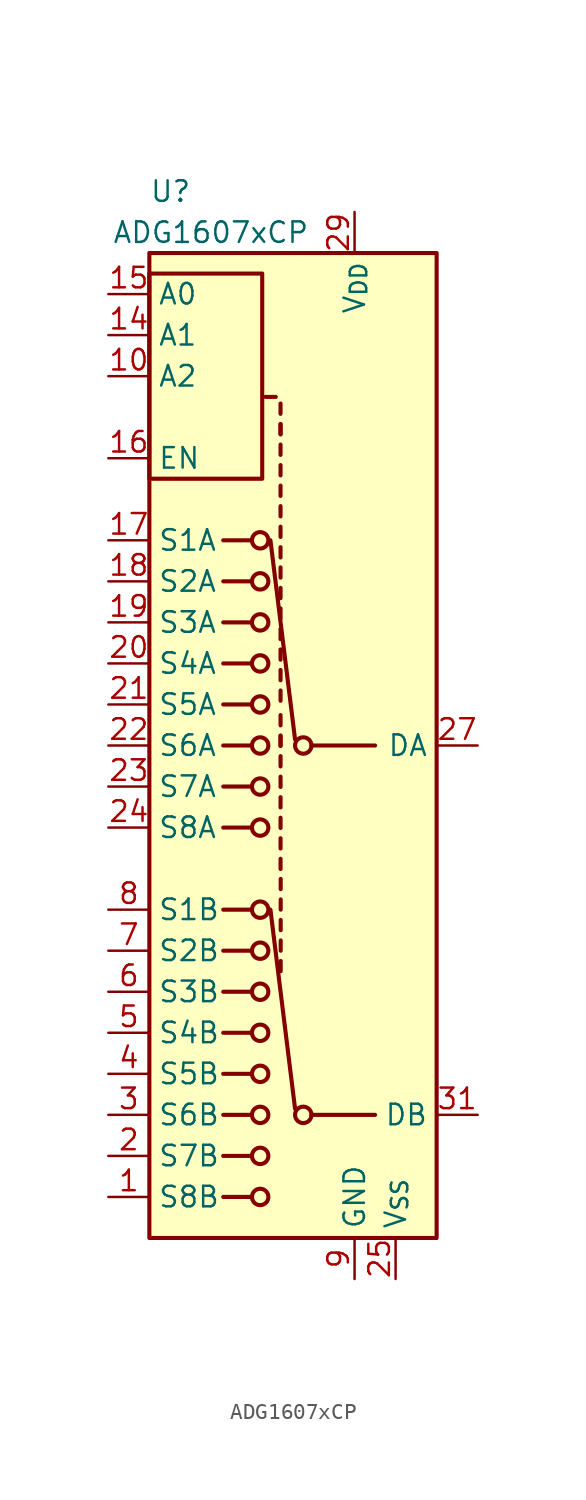
<source format=kicad_sym>
(kicad_symbol_lib
  (version 20241209)
  (generator "kicad_symbol_editor")
  (generator_version "9.0")
  (symbol "ADG1607xCP"
    (property "Reference" "U"
      (at -7.62 34.29 0)
      (effects (font (size 1.27 1.27)) (justify left)))
    (property "Value" "ADG1607xCP"
      (at -3.81 31.75 0)
      (effects (font (size 1.27 1.27))))
    (symbol "ADG1607xCP_0_0"
      (pin power_in line (at 5.08 -33.02 90) (length 2.54) (name "GND" (effects (font (size 1.27 1.27)))) (number "9" (effects (font (size 1.27 1.27))))))
    (symbol "ADG1607xCP_0_1"
      (rectangle (start -7.62 30.48) (end 10.16 -30.48) (stroke (width 0.254) (type default)) (fill (type background)))
      (rectangle (start -7.62 29.21) (end -0.635 16.51) (stroke (width 0.254) (type default)) (fill (type none)))
      (polyline (pts (xy -1.27 12.7) (xy -3.048 12.7)) (stroke (width 0.254) (type default)) (fill (type none)))
      (polyline (pts (xy -1.27 10.16) (xy -3.048 10.16)) (stroke (width 0.254) (type default)) (fill (type none)))
      (polyline (pts (xy -1.27 7.62) (xy -3.048 7.62)) (stroke (width 0.254) (type default)) (fill (type none)))
      (polyline (pts (xy -1.27 5.08) (xy -3.048 5.08)) (stroke (width 0.254) (type default)) (fill (type none)))
      (polyline (pts (xy -1.27 2.54) (xy -3.048 2.54)) (stroke (width 0.254) (type default)) (fill (type none)))
      (polyline (pts (xy -1.27 0) (xy -3.048 0)) (stroke (width 0.254) (type default)) (fill (type none)))
      (polyline (pts (xy -1.27 -2.54) (xy -3.048 -2.54)) (stroke (width 0.254) (type default)) (fill (type none)))
      (polyline (pts (xy -1.27 -5.08) (xy -3.048 -5.08)) (stroke (width 0.254) (type default)) (fill (type none)))
      (polyline (pts (xy -1.27 -10.16) (xy -3.048 -10.16)) (stroke (width 0.254) (type default)) (fill (type none)))
      (polyline (pts (xy -1.27 -12.7) (xy -3.048 -12.7)) (stroke (width 0.254) (type default)) (fill (type none)))
      (polyline (pts (xy -1.27 -15.24) (xy -3.048 -15.24)) (stroke (width 0.254) (type default)) (fill (type none)))
      (polyline (pts (xy -1.27 -17.78) (xy -3.048 -17.78)) (stroke (width 0.254) (type default)) (fill (type none)))
      (polyline (pts (xy -1.27 -20.32) (xy -3.048 -20.32)) (stroke (width 0.254) (type default)) (fill (type none)))
      (polyline (pts (xy -1.27 -22.86) (xy -3.048 -22.86)) (stroke (width 0.254) (type default)) (fill (type none)))
      (polyline (pts (xy -1.27 -25.4) (xy -3.048 -25.4)) (stroke (width 0.254) (type default)) (fill (type none)))
      (polyline (pts (xy -1.27 -27.94) (xy -3.048 -27.94)) (stroke (width 0.254) (type default)) (fill (type none)))
      (circle (center -0.762 12.7) (radius 0.508) (stroke (width 0.254) (type default)) (fill (type none)))
      (circle (center -0.762 10.16) (radius 0.508) (stroke (width 0.254) (type default)) (fill (type none)))
      (circle (center -0.762 7.62) (radius 0.508) (stroke (width 0.254) (type default)) (fill (type none)))
      (circle (center -0.762 5.08) (radius 0.508) (stroke (width 0.254) (type default)) (fill (type none)))
      (circle (center -0.762 2.54) (radius 0.508) (stroke (width 0.254) (type default)) (fill (type none)))
      (circle (center -0.762 0) (radius 0.508) (stroke (width 0.254) (type default)) (fill (type none)))
      (circle (center -0.762 -2.54) (radius 0.508) (stroke (width 0.254) (type default)) (fill (type none)))
      (circle (center -0.762 -5.08) (radius 0.508) (stroke (width 0.254) (type default)) (fill (type none)))
      (circle (center -0.762 -10.16) (radius 0.508) (stroke (width 0.254) (type default)) (fill (type none)))
      (circle (center -0.762 -12.7) (radius 0.508) (stroke (width 0.254) (type default)) (fill (type none)))
      (circle (center -0.762 -15.24) (radius 0.508) (stroke (width 0.254) (type default)) (fill (type none)))
      (circle (center -0.762 -17.78) (radius 0.508) (stroke (width 0.254) (type default)) (fill (type none)))
      (circle (center -0.762 -20.32) (radius 0.508) (stroke (width 0.254) (type default)) (fill (type none)))
      (circle (center -0.762 -22.86) (radius 0.508) (stroke (width 0.254) (type default)) (fill (type none)))
      (circle (center -0.762 -25.4) (radius 0.508) (stroke (width 0.254) (type default)) (fill (type none)))
      (circle (center -0.762 -27.94) (radius 0.508) (stroke (width 0.254) (type default)) (fill (type none)))
      (polyline (pts (xy -0.127 12.7) (xy 1.397 0.381)) (stroke (width 0.254) (type default)) (fill (type none)))
      (polyline (pts (xy -0.127 -10.16) (xy 1.397 -22.479)) (stroke (width 0.254) (type default)) (fill (type none)))
      (polyline (pts (xy 0.202 21.576) (xy -0.433 21.576)) (stroke (width 0.254) (type default)) (fill (type none)))
      (polyline (pts (xy 0.498 20.529) (xy 0.498 21.165)) (stroke (width 0.254) (type default)) (fill (type none)))
      (polyline (pts (xy 0.498 19.259) (xy 0.498 19.895)) (stroke (width 0.254) (type default)) (fill (type none)))
      (polyline (pts (xy 0.498 19.259) (xy 0.498 19.895)) (stroke (width 0.254) (type default)) (fill (type none)))
      (polyline (pts (xy 0.498 17.989) (xy 0.498 18.625)) (stroke (width 0.254) (type default)) (fill (type none)))
      (polyline (pts (xy 0.498 16.72) (xy 0.498 17.355)) (stroke (width 0.254) (type default)) (fill (type none)))
      (polyline (pts (xy 0.498 15.45) (xy 0.498 16.084)) (stroke (width 0.254) (type default)) (fill (type none)))
      (polyline (pts (xy 0.498 14.18) (xy 0.498 14.815)) (stroke (width 0.254) (type default)) (fill (type none)))
      (polyline (pts (xy 0.498 12.909) (xy 0.498 13.544)) (stroke (width 0.254) (type default)) (fill (type none)))
      (polyline (pts (xy 0.498 11.639) (xy 0.498 12.274)) (stroke (width 0.254) (type default)) (fill (type none)))
      (polyline (pts (xy 0.499 10.39) (xy 0.499 11.025)) (stroke (width 0.254) (type default)) (fill (type none)))
      (polyline (pts (xy 0.499 9.12) (xy 0.499 9.755)) (stroke (width 0.254) (type default)) (fill (type none)))
      (polyline (pts (xy 0.499 7.85) (xy 0.499 8.485)) (stroke (width 0.254) (type default)) (fill (type none)))
      (polyline (pts (xy 0.499 6.58) (xy 0.499 7.215)) (stroke (width 0.254) (type default)) (fill (type none)))
      (polyline (pts (xy 0.499 5.31) (xy 0.499 5.945)) (stroke (width 0.254) (type default)) (fill (type none)))
      (polyline (pts (xy 0.499 4.04) (xy 0.499 4.675)) (stroke (width 0.254) (type default)) (fill (type none)))
      (polyline (pts (xy 0.499 2.77) (xy 0.499 3.405)) (stroke (width 0.254) (type default)) (fill (type none)))
      (polyline (pts (xy 0.499 1.246) (xy 0.499 1.881)) (stroke (width 0.254) (type default)) (fill (type none)))
      (polyline (pts (xy 0.499 -0.024) (xy 0.499 0.611)) (stroke (width 0.254) (type default)) (fill (type none)))
      (polyline (pts (xy 0.499 -0.024) (xy 0.499 0.611)) (stroke (width 0.254) (type default)) (fill (type none)))
      (polyline (pts (xy 0.499 -1.294) (xy 0.499 -0.659)) (stroke (width 0.254) (type default)) (fill (type none)))
      (polyline (pts (xy 0.499 -2.564) (xy 0.499 -1.929)) (stroke (width 0.254) (type default)) (fill (type none)))
      (polyline (pts (xy 0.499 -3.834) (xy 0.499 -3.199)) (stroke (width 0.254) (type default)) (fill (type none)))
      (polyline (pts (xy 0.499 -5.104) (xy 0.499 -4.469)) (stroke (width 0.254) (type default)) (fill (type none)))
      (polyline (pts (xy 0.499 -6.374) (xy 0.499 -5.739)) (stroke (width 0.254) (type default)) (fill (type none)))
      (polyline (pts (xy 0.499 -7.644) (xy 0.499 -7.009)) (stroke (width 0.254) (type default)) (fill (type none)))
      (polyline (pts (xy 0.508 -8.89) (xy 0.508 -8.255)) (stroke (width 0.254) (type default)) (fill (type none)))
      (polyline (pts (xy 0.508 -10.16) (xy 0.508 -9.525)) (stroke (width 0.254) (type default)) (fill (type none)))
      (polyline (pts (xy 0.508 -11.43) (xy 0.508 -10.795)) (stroke (width 0.254) (type default)) (fill (type none)))
      (polyline (pts (xy 0.508 -12.7) (xy 0.508 -12.065)) (stroke (width 0.254) (type default)) (fill (type none)))
      (polyline (pts (xy 0.508 -13.97) (xy 0.508 -13.335)) (stroke (width 0.254) (type default)) (fill (type none)))
      (circle (center 1.905 0) (radius 0.508) (stroke (width 0.254) (type default)) (fill (type none)))
      (circle (center 1.905 -22.86) (radius 0.508) (stroke (width 0.254) (type default)) (fill (type none)))
      (polyline (pts (xy 2.413 0) (xy 6.35 0)) (stroke (width 0.254) (type default)) (fill (type none)))
      (polyline (pts (xy 2.413 -22.86) (xy 6.35 -22.86)) (stroke (width 0.254) (type default)) (fill (type none))))
    (symbol "ADG1607xCP_1_1"
      (pin input line (at -10.16 27.94 0) (length 2.54) (name "A0" (effects (font (size 1.27 1.27)))) (number "15" (effects (font (size 1.27 1.27)))))
      (pin input line (at -10.16 25.4 0) (length 2.54) (name "A1" (effects (font (size 1.27 1.27)))) (number "14" (effects (font (size 1.27 1.27)))))
      (pin input line (at -10.16 22.86 0) (length 2.54) (name "A2" (effects (font (size 1.27 1.27)))) (number "10" (effects (font (size 1.27 1.27)))))
      (pin input line (at -10.16 17.78 0) (length 2.54) (name "EN" (effects (font (size 1.27 1.27)))) (number "16" (effects (font (size 1.27 1.27)))))
      (pin bidirectional line (at -10.16 12.7 0) (length 2.54) (name "S1A" (effects (font (size 1.27 1.27)))) (number "17" (effects (font (size 1.27 1.27)))))
      (pin bidirectional line (at -10.16 10.16 0) (length 2.54) (name "S2A" (effects (font (size 1.27 1.27)))) (number "18" (effects (font (size 1.27 1.27)))))
      (pin bidirectional line (at -10.16 7.62 0) (length 2.54) (name "S3A" (effects (font (size 1.27 1.27)))) (number "19" (effects (font (size 1.27 1.27)))))
      (pin bidirectional line (at -10.16 5.08 0) (length 2.54) (name "S4A" (effects (font (size 1.27 1.27)))) (number "20" (effects (font (size 1.27 1.27)))))
      (pin bidirectional line (at -10.16 2.54 0) (length 2.54) (name "S5A" (effects (font (size 1.27 1.27)))) (number "21" (effects (font (size 1.27 1.27)))))
      (pin bidirectional line (at -10.16 0 0) (length 2.54) (name "S6A" (effects (font (size 1.27 1.27)))) (number "22" (effects (font (size 1.27 1.27)))))
      (pin bidirectional line (at -10.16 -2.54 0) (length 2.54) (name "S7A" (effects (font (size 1.27 1.27)))) (number "23" (effects (font (size 1.27 1.27)))))
      (pin bidirectional line (at -10.16 -5.08 0) (length 2.54) (name "S8A" (effects (font (size 1.27 1.27)))) (number "24" (effects (font (size 1.27 1.27)))))
      (pin bidirectional line (at -10.16 -10.16 0) (length 2.54) (name "S1B" (effects (font (size 1.27 1.27)))) (number "8" (effects (font (size 1.27 1.27)))))
      (pin bidirectional line (at -10.16 -12.7 0) (length 2.54) (name "S2B" (effects (font (size 1.27 1.27)))) (number "7" (effects (font (size 1.27 1.27)))))
      (pin bidirectional line (at -10.16 -15.24 0) (length 2.54) (name "S3B" (effects (font (size 1.27 1.27)))) (number "6" (effects (font (size 1.27 1.27)))))
      (pin bidirectional line (at -10.16 -17.78 0) (length 2.54) (name "S4B" (effects (font (size 1.27 1.27)))) (number "5" (effects (font (size 1.27 1.27)))))
      (pin bidirectional line (at -10.16 -20.32 0) (length 2.54) (name "S5B" (effects (font (size 1.27 1.27)))) (number "4" (effects (font (size 1.27 1.27)))))
      (pin bidirectional line (at -10.16 -22.86 0) (length 2.54) (name "S6B" (effects (font (size 1.27 1.27)))) (number "3" (effects (font (size 1.27 1.27)))))
      (pin bidirectional line (at -10.16 -25.4 0) (length 2.54) (name "S7B" (effects (font (size 1.27 1.27)))) (number "2" (effects (font (size 1.27 1.27)))))
      (pin bidirectional line (at -10.16 -27.94 0) (length 2.54) (name "S8B" (effects (font (size 1.27 1.27)))) (number "1" (effects (font (size 1.27 1.27)))))
      (pin power_in line (at 5.08 33.02 270) (length 2.54) (name "V_{DD}" (effects (font (size 1.27 1.27)))) (number "29" (effects (font (size 1.27 1.27)))))
      (pin power_in line (at 7.62 -33.02 90) (length 2.54) (name "V_{SS}" (effects (font (size 1.27 1.27)))) (number "25" (effects (font (size 1.27 1.27)))))
      (pin passive line (at 7.62 -33.02 90) (length 2.54) (hide yes) (name "V_{SS}" (effects (font (size 1.27 1.27)))) (number "33" (effects (font (size 1.27 1.27)))))
      (pin no_connect line (at 10.16 20.32 180) (length 2.54) (hide yes) (name "NC" (effects (font (size 1.27 1.27)))) (number "11" (effects (font (size 1.27 1.27)))))
      (pin no_connect line (at 10.16 17.78 180) (length 2.54) (hide yes) (name "NC" (effects (font (size 1.27 1.27)))) (number "12" (effects (font (size 1.27 1.27)))))
      (pin no_connect line (at 10.16 15.24 180) (length 2.54) (hide yes) (name "NC" (effects (font (size 1.27 1.27)))) (number "13" (effects (font (size 1.27 1.27)))))
      (pin no_connect line (at 10.16 12.7 180) (length 2.54) (hide yes) (name "NC" (effects (font (size 1.27 1.27)))) (number "26" (effects (font (size 1.27 1.27)))))
      (pin no_connect line (at 10.16 10.16 180) (length 2.54) (hide yes) (name "NC" (effects (font (size 1.27 1.27)))) (number "28" (effects (font (size 1.27 1.27)))))
      (pin no_connect line (at 10.16 7.62 180) (length 2.54) (hide yes) (name "NC" (effects (font (size 1.27 1.27)))) (number "30" (effects (font (size 1.27 1.27)))))
      (pin no_connect line (at 10.16 5.08 180) (length 2.54) (hide yes) (name "NC" (effects (font (size 1.27 1.27)))) (number "32" (effects (font (size 1.27 1.27)))))
      (pin bidirectional line (at 12.7 0 180) (length 2.54) (name "DA" (effects (font (size 1.27 1.27)))) (number "27" (effects (font (size 1.27 1.27)))))
      (pin bidirectional line (at 12.7 -22.86 180) (length 2.54) (name "DB" (effects (font (size 1.27 1.27)))) (number "31" (effects (font (size 1.27 1.27))))))))
</source>
